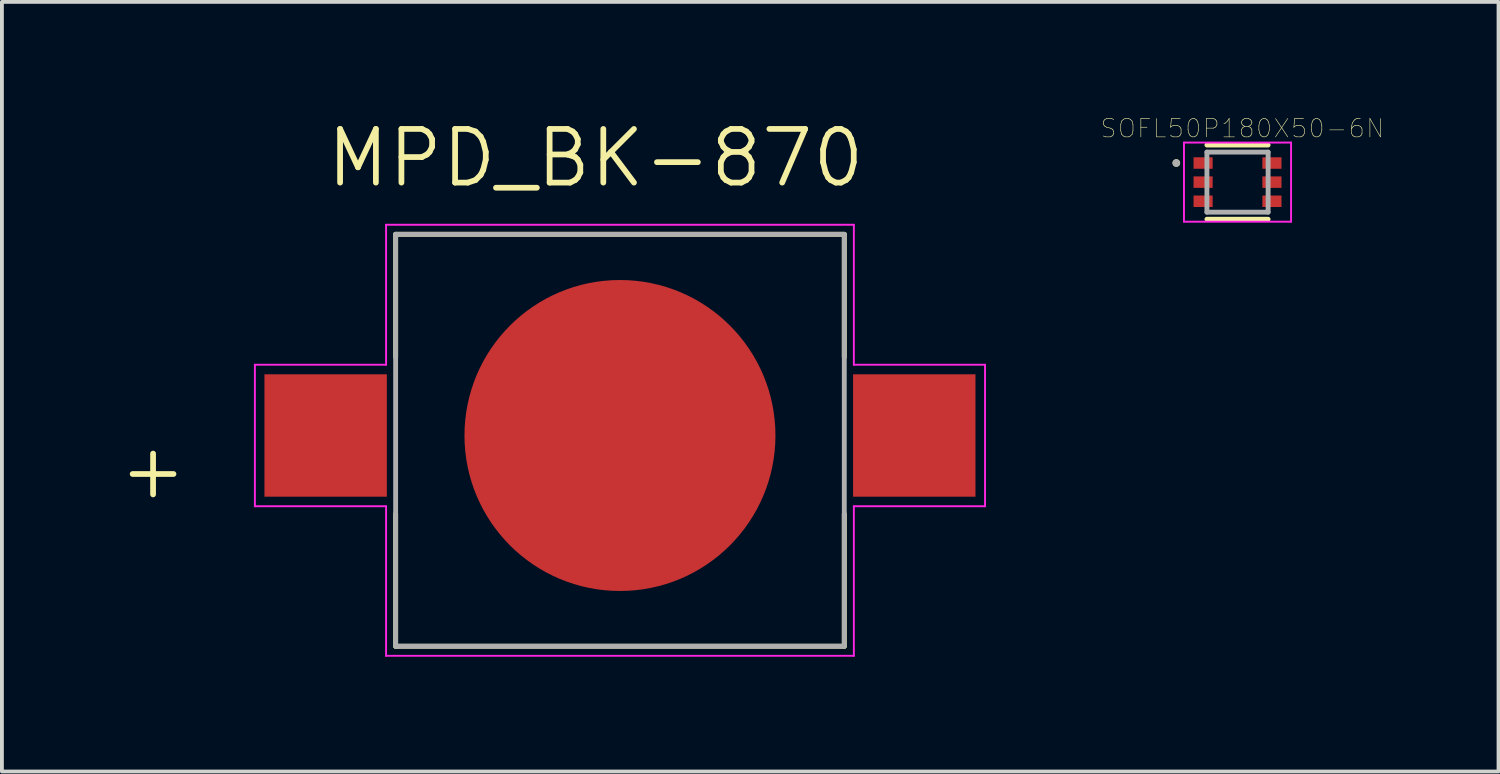
<source format=kicad_pcb>
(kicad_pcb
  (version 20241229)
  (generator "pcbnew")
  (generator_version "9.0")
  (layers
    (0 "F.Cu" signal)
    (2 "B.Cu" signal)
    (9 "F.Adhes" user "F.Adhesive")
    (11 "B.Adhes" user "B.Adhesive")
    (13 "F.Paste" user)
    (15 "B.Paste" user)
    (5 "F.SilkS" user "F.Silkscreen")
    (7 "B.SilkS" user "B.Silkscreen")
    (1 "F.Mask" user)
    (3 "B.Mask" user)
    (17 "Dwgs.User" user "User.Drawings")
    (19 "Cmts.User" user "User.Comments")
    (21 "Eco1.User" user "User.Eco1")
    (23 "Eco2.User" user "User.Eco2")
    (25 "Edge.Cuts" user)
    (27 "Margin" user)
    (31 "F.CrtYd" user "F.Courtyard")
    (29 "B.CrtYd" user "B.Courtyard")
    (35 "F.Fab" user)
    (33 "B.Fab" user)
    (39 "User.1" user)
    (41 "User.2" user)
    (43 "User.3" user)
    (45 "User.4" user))
  (footprint "SOFL50P180X50-6N"
    (layer "F.Cu")
    (at 29.305 1.712)
    (property "Reference" "SOFL50P180X50-6N" (at 0.124 -1.405 0) (layer "F.SilkS") (effects (font (size 0.48 0.48) (thickness 0.015))))
    (attr through_hole)
    (fp_line (start -0.8 -0.97) (end 0.8 -0.97) (stroke (width 0.127) (type solid)) (layer "F.SilkS"))
    (fp_line (start -0.8 0.97) (end 0.8 0.97) (stroke (width 0.127) (type solid)) (layer "F.SilkS"))
    (fp_circle (center -1.6 -0.5) (end -1.55 -0.5) (stroke (width 0.1) (type solid)) (fill no) (layer "F.SilkS"))
    (fp_line (start -1.4 -1.035) (end -1.4 1.035) (stroke (width 0.05) (type solid)) (layer "F.CrtYd"))
    (fp_line (start -1.4 1.035) (end 1.4 1.035) (stroke (width 0.05) (type solid)) (layer "F.CrtYd"))
    (fp_line (start 1.4 -1.035) (end -1.4 -1.035) (stroke (width 0.05) (type solid)) (layer "F.CrtYd"))
    (fp_line (start 1.4 1.035) (end 1.4 -1.035) (stroke (width 0.05) (type solid)) (layer "F.CrtYd"))
    (fp_line (start -0.8 -0.785) (end 0.8 -0.785) (stroke (width 0.127) (type solid)) (layer "F.Fab"))
    (fp_line (start -0.8 0.785) (end -0.8 -0.785) (stroke (width 0.127) (type solid)) (layer "F.Fab"))
    (fp_line (start 0.8 -0.785) (end 0.8 0.785) (stroke (width 0.127) (type solid)) (layer "F.Fab"))
    (fp_line (start 0.8 0.785) (end -0.8 0.785) (stroke (width 0.127) (type solid)) (layer "F.Fab"))
    (fp_circle (center -1.6 -0.5) (end -1.55 -0.5) (stroke (width 0.1) (type solid)) (fill no) (layer "F.Fab"))
    (pad "1" smd rect (at -0.9 -0.5) (size 0.5 0.3) (layers "F.Cu" "F.Mask" "F.Paste"))
    (pad "2" smd rect (at -0.9 0) (size 0.5 0.3) (layers "F.Cu" "F.Mask" "F.Paste"))
    (pad "3" smd rect (at -0.9 0.5) (size 0.5 0.3) (layers "F.Cu" "F.Mask" "F.Paste"))
    (pad "4" smd rect (at 0.9 0.5) (size 0.5 0.3) (layers "F.Cu" "F.Mask" "F.Paste"))
    (pad "5" smd rect (at 0.9 0) (size 0.5 0.3) (layers "F.Cu" "F.Mask" "F.Paste"))
    (pad "6" smd rect (at 0.9 -0.5) (size 0.5 0.3) (layers "F.Cu" "F.Mask" "F.Paste")))
  (footprint "MPD_BK-870"
    (layer "F.Cu")
    (at 13.159 8.336)
    (property "Reference" "MPD_BK-870" (at -0.636 -7.253 0) (layer "F.SilkS") (effects (font (size 1.403 1.403) (thickness 0.15))))
    (attr through_hole)
    (fp_line (start -5.865 -5.26) (end 5.865 -5.26) (stroke (width 0.127) (type solid)) (layer "F.SilkS"))
    (fp_line (start -5.865 -2.05) (end -5.865 -5.26) (stroke (width 0.127) (type solid)) (layer "F.SilkS"))
    (fp_line (start -5.865 5.51) (end -5.865 2.05) (stroke (width 0.127) (type solid)) (layer "F.SilkS"))
    (fp_line (start 5.865 -5.26) (end 5.865 -2.05) (stroke (width 0.127) (type solid)) (layer "F.SilkS"))
    (fp_line (start 5.865 2.05) (end 5.865 5.51) (stroke (width 0.127) (type solid)) (layer "F.SilkS"))
    (fp_line (start 5.865 5.51) (end -5.865 5.51) (stroke (width 0.127) (type solid)) (layer "F.SilkS"))
    (fp_line (start -9.545 -1.85) (end -6.115 -1.85) (stroke (width 0.05) (type solid)) (layer "F.CrtYd"))
    (fp_line (start -9.545 1.85) (end -9.545 -1.85) (stroke (width 0.05) (type solid)) (layer "F.CrtYd"))
    (fp_line (start -6.115 -5.51) (end 6.115 -5.51) (stroke (width 0.05) (type solid)) (layer "F.CrtYd"))
    (fp_line (start -6.115 -1.85) (end -6.115 -5.51) (stroke (width 0.05) (type solid)) (layer "F.CrtYd"))
    (fp_line (start -6.115 1.85) (end -9.545 1.85) (stroke (width 0.05) (type solid)) (layer "F.CrtYd"))
    (fp_line (start -6.115 5.76) (end -6.115 1.85) (stroke (width 0.05) (type solid)) (layer "F.CrtYd"))
    (fp_line (start 6.115 -5.51) (end 6.115 -1.85) (stroke (width 0.05) (type solid)) (layer "F.CrtYd"))
    (fp_line (start 6.115 -1.85) (end 9.545 -1.85) (stroke (width 0.05) (type solid)) (layer "F.CrtYd"))
    (fp_line (start 6.115 1.85) (end 6.115 5.76) (stroke (width 0.05) (type solid)) (layer "F.CrtYd"))
    (fp_line (start 6.115 5.76) (end -6.115 5.76) (stroke (width 0.05) (type solid)) (layer "F.CrtYd"))
    (fp_line (start 9.545 -1.85) (end 9.545 1.85) (stroke (width 0.05) (type solid)) (layer "F.CrtYd"))
    (fp_line (start 9.545 1.85) (end 6.115 1.85) (stroke (width 0.05) (type solid)) (layer "F.CrtYd"))
    (fp_line (start -5.865 -5.26) (end 5.865 -5.26) (stroke (width 0.127) (type solid)) (layer "F.Fab"))
    (fp_line (start -5.865 5.51) (end -5.865 -5.26) (stroke (width 0.127) (type solid)) (layer "F.Fab"))
    (fp_line (start 5.865 -5.26) (end 5.865 5.51) (stroke (width 0.127) (type solid)) (layer "F.Fab"))
    (fp_line (start 5.865 5.51) (end -5.865 5.51) (stroke (width 0.127) (type solid)) (layer "F.Fab"))
    (fp_text user "+" (at -12.207 0.9 0) (layer "F.SilkS") (effects (font (size 1.401 1.401) (thickness 0.15))))
    (pad "1" smd rect (at -7.695 0) (size 3.2 3.2) (layers "F.Cu" "F.Mask" "F.Paste"))
    (pad "2" smd circle (at 0 0) (size 8.13 8.13) (layers "F.Cu" "F.Mask" "F.Paste"))
    (pad "3" smd rect (at 7.695 0) (size 3.2 3.2) (layers "F.Cu" "F.Mask" "F.Paste")))
  (gr_rect
    (start -3 -3)
    (end 36.129 17.121)
    (stroke (width 0.1) (type default))
    (fill no)
    (layer "Edge.Cuts")))
</source>
